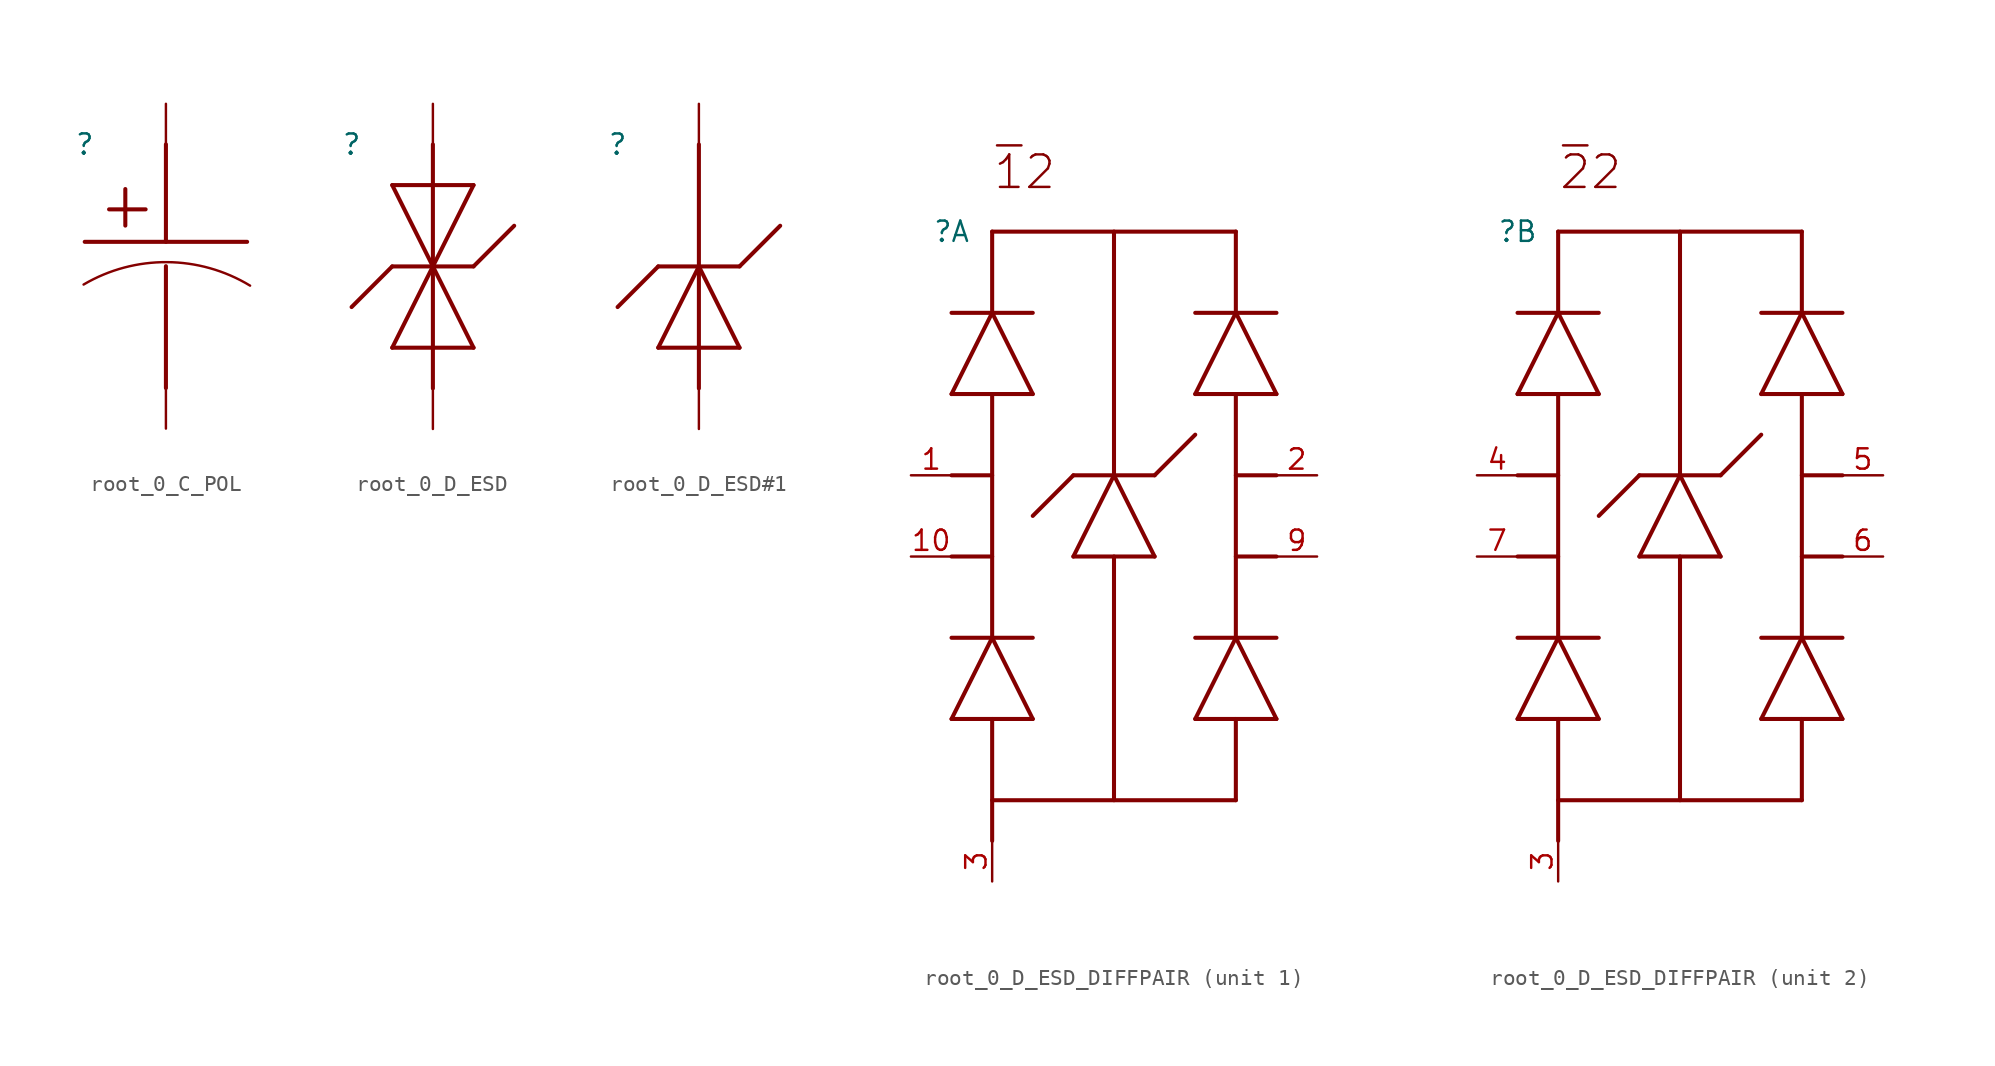
<source format=kicad_sym>
(kicad_symbol_lib
  (version 20220914)
  (generator kicad_symbol_editor)
  (symbol "root_0_C_POL"
    (property "Reference" ""
      (at 0 0 0)
      (effects (font (size 1.27 1.27))))
    (property "Value" ""
      (at 0 0 0)
      (effects (font (size 1.27 1.27))))
    (symbol "root_0_C_POL_1_0"
      (polyline (pts (xy 1.524 -4.064) (xy 3.81 -4.064)) (stroke (width 0.254) (type solid)) (fill (type none)))
      (polyline (pts (xy 2.54 -2.794) (xy 2.54 -5.08)) (stroke (width 0.254) (type solid)) (fill (type none)))
      (polyline (pts (xy 5.08 -7.62) (xy 5.08 -15.24)) (stroke (width 0.254) (type solid)) (fill (type none)))
      (polyline (pts (xy 5.08 0) (xy 5.08 -6.096)) (stroke (width 0.254) (type solid)) (fill (type none)))
      (polyline (pts (xy 10.16 -6.096) (xy 0 -6.096)) (stroke (width 0.254) (type solid)) (fill (type none)))
      (arc (start 10.3459 -8.8372) (mid 5.1467 -7.3663) (end -0.0714 -8.7688) (stroke (width 0) (type solid)) (fill (type none)))
      (pin bidirectional line (at 5.08 2.54 270) (length 2.54) (name "1" (effects (font (size 0 0)))) (number "1" (effects (font (size 0 0)))))
      (pin bidirectional line (at 5.08 -17.78 90) (length 2.54) (name "2" (effects (font (size 0 0)))) (number "2" (effects (font (size 0 0)))))))
  (symbol "root_0_D_ESD"
    (property "Reference" ""
      (at 0 0 0)
      (effects (font (size 1.27 1.27))))
    (property "Value" ""
      (at 0 0 0)
      (effects (font (size 1.27 1.27))))
    (symbol "root_0_D_ESD_1_0"
      (polyline (pts (xy 2.54 -12.7) (xy 7.62 -12.7)) (stroke (width 0.254) (type solid)) (fill (type none)))
      (polyline (pts (xy 2.54 -12.7) (xy 7.62 -2.54)) (stroke (width 0.254) (type solid)) (fill (type none)))
      (polyline (pts (xy 2.54 -7.62) (xy 0 -10.16)) (stroke (width 0.254) (type solid)) (fill (type none)))
      (polyline (pts (xy 2.54 -7.62) (xy 7.62 -7.62)) (stroke (width 0.254) (type solid)) (fill (type none)))
      (polyline (pts (xy 2.54 -2.54) (xy 7.62 -12.7)) (stroke (width 0.254) (type solid)) (fill (type none)))
      (polyline (pts (xy 2.54 -2.54) (xy 7.62 -2.54)) (stroke (width 0.254) (type solid)) (fill (type none)))
      (polyline (pts (xy 5.08 0) (xy 5.08 -15.24)) (stroke (width 0.254) (type solid)) (fill (type none)))
      (polyline (pts (xy 7.62 -7.62) (xy 10.16 -5.08)) (stroke (width 0.254) (type solid)) (fill (type none)))
      (pin bidirectional line (at 5.08 2.54 270) (length 2.54) (name "1" (effects (font (size 0 0)))) (number "1" (effects (font (size 0 0)))))
      (pin bidirectional line (at 5.08 -17.78 90) (length 2.54) (name "2" (effects (font (size 0 0)))) (number "2" (effects (font (size 0 0)))))))
  (symbol "root_0_D_ESD#1"
    (property "Reference" ""
      (at 0 0 0)
      (effects (font (size 1.27 1.27))))
    (property "Value" ""
      (at 0 0 0)
      (effects (font (size 1.27 1.27))))
    (symbol "root_0_D_ESD#1_1_0"
      (polyline (pts (xy 2.54 -12.7) (xy 7.62 -12.7)) (stroke (width 0.254) (type solid)) (fill (type none)))
      (polyline (pts (xy 2.54 -7.62) (xy 0 -10.16)) (stroke (width 0.254) (type solid)) (fill (type none)))
      (polyline (pts (xy 2.54 -7.62) (xy 7.62 -7.62)) (stroke (width 0.254) (type solid)) (fill (type none)))
      (polyline (pts (xy 5.08 -7.62) (xy 2.54 -12.7)) (stroke (width 0.254) (type solid)) (fill (type none)))
      (polyline (pts (xy 5.08 -7.62) (xy 7.62 -12.7)) (stroke (width 0.254) (type solid)) (fill (type none)))
      (polyline (pts (xy 5.08 0) (xy 5.08 -15.24)) (stroke (width 0.254) (type solid)) (fill (type none)))
      (polyline (pts (xy 7.62 -7.62) (xy 10.16 -5.08)) (stroke (width 0.254) (type solid)) (fill (type none)))
      (pin bidirectional line (at 5.08 -17.78 90) (length 2.54) (name "A" (effects (font (size 0 0)))) (number "A" (effects (font (size 0 0)))))
      (pin bidirectional line (at 5.08 2.54 270) (length 2.54) (name "K" (effects (font (size 0 0)))) (number "K" (effects (font (size 0 0)))))))
  (symbol "root_0_D_ESD_DIFFPAIR"
    (property "Reference" ""
      (at 0 0 0)
      (effects (font (size 1.27 1.27))))
    (property "Value" ""
      (at 0 0 0)
      (effects (font (size 1.27 1.27))))
    (symbol "root_0_D_ESD_DIFFPAIR_1_0"
      (polyline (pts (xy 0 -30.48) (xy 5.08 -30.48)) (stroke (width 0.254) (type solid)) (fill (type none)))
      (polyline (pts (xy 0 -20.32) (xy 2.54 -20.32)) (stroke (width 0.254) (type solid)) (fill (type none)))
      (polyline (pts (xy 0 -15.24) (xy 2.54 -15.24)) (stroke (width 0.254) (type solid)) (fill (type none)))
      (polyline (pts (xy 0 -5.08) (xy 5.08 -5.08)) (stroke (width 0.254) (type solid)) (fill (type none)))
      (polyline (pts (xy 2.54 -35.56) (xy 17.78 -35.56)) (stroke (width 0.254) (type solid)) (fill (type none)))
      (polyline (pts (xy 2.54 -30.48) (xy 2.54 -38.1)) (stroke (width 0.254) (type solid)) (fill (type none)))
      (polyline (pts (xy 2.54 -25.4) (xy 0 -30.48)) (stroke (width 0.254) (type solid)) (fill (type none)))
      (polyline (pts (xy 2.54 -25.4) (xy 2.54 -10.16)) (stroke (width 0.254) (type solid)) (fill (type none)))
      (polyline (pts (xy 2.54 -5.08) (xy 0 -10.16)) (stroke (width 0.254) (type solid)) (fill (type none)))
      (polyline (pts (xy 2.54 -5.08) (xy 2.54 0)) (stroke (width 0.254) (type solid)) (fill (type none)))
      (polyline (pts (xy 5.08 -30.48) (xy 2.54 -25.4)) (stroke (width 0.254) (type solid)) (fill (type none)))
      (polyline (pts (xy 5.08 -25.4) (xy 0 -25.4)) (stroke (width 0.254) (type solid)) (fill (type none)))
      (polyline (pts (xy 5.08 -10.16) (xy 0 -10.16)) (stroke (width 0.254) (type solid)) (fill (type none)))
      (polyline (pts (xy 5.08 -10.16) (xy 2.54 -5.08)) (stroke (width 0.254) (type solid)) (fill (type none)))
      (polyline (pts (xy 7.62 -20.32) (xy 12.7 -20.32)) (stroke (width 0.254) (type solid)) (fill (type none)))
      (polyline (pts (xy 7.62 -15.24) (xy 5.08 -17.78)) (stroke (width 0.254) (type solid)) (fill (type none)))
      (polyline (pts (xy 7.62 -15.24) (xy 12.7 -15.24)) (stroke (width 0.254) (type solid)) (fill (type none)))
      (polyline (pts (xy 10.16 -20.32) (xy 10.16 -35.56)) (stroke (width 0.254) (type solid)) (fill (type none)))
      (polyline (pts (xy 10.16 -15.24) (xy 7.62 -20.32)) (stroke (width 0.254) (type solid)) (fill (type none)))
      (polyline (pts (xy 10.16 0) (xy 10.16 -15.24)) (stroke (width 0.254) (type solid)) (fill (type none)))
      (polyline (pts (xy 12.7 -20.32) (xy 10.16 -15.24)) (stroke (width 0.254) (type solid)) (fill (type none)))
      (polyline (pts (xy 12.7 -15.24) (xy 15.24 -12.7)) (stroke (width 0.254) (type solid)) (fill (type none)))
      (polyline (pts (xy 15.24 -25.4) (xy 20.32 -25.4)) (stroke (width 0.254) (type solid)) (fill (type none)))
      (polyline (pts (xy 15.24 -5.08) (xy 20.32 -5.08)) (stroke (width 0.254) (type solid)) (fill (type none)))
      (polyline (pts (xy 17.78 -35.56) (xy 17.78 -30.48)) (stroke (width 0.254) (type solid)) (fill (type none)))
      (polyline (pts (xy 17.78 -25.4) (xy 15.24 -30.48)) (stroke (width 0.254) (type solid)) (fill (type none)))
      (polyline (pts (xy 17.78 -25.4) (xy 17.78 -10.16)) (stroke (width 0.254) (type solid)) (fill (type none)))
      (polyline (pts (xy 17.78 -20.32) (xy 20.32 -20.32)) (stroke (width 0.254) (type solid)) (fill (type none)))
      (polyline (pts (xy 17.78 -15.24) (xy 20.32 -15.24)) (stroke (width 0.254) (type solid)) (fill (type none)))
      (polyline (pts (xy 17.78 -5.08) (xy 15.24 -10.16)) (stroke (width 0.254) (type solid)) (fill (type none)))
      (polyline (pts (xy 17.78 -5.08) (xy 17.78 0)) (stroke (width 0.254) (type solid)) (fill (type none)))
      (polyline (pts (xy 17.78 0) (xy 2.54 0)) (stroke (width 0.254) (type solid)) (fill (type none)))
      (polyline (pts (xy 20.32 -30.48) (xy 15.24 -30.48)) (stroke (width 0.254) (type solid)) (fill (type none)))
      (polyline (pts (xy 20.32 -30.48) (xy 17.78 -25.4)) (stroke (width 0.254) (type solid)) (fill (type none)))
      (polyline (pts (xy 20.32 -10.16) (xy 15.24 -10.16)) (stroke (width 0.254) (type solid)) (fill (type none)))
      (polyline (pts (xy 20.32 -10.16) (xy 17.78 -5.08)) (stroke (width 0.254) (type solid)) (fill (type none)))
      (text "~{1}2" (at 2.54 2.54 0) (effects (font (size 2.032 2.032)) (justify left bottom)))
      (pin bidirectional line (at -2.54 -15.24 0) (length 2.54) (name "1A" (effects (font (size 0 0)))) (number "1" (effects (font (size 1.27 1.27)))))
      (pin bidirectional line (at -2.54 -20.32 0) (length 2.54) (name "1B" (effects (font (size 0 0)))) (number "10" (effects (font (size 1.27 1.27)))))
      (pin bidirectional line (at 22.86 -15.24 180) (length 2.54) (name "2A" (effects (font (size 0 0)))) (number "2" (effects (font (size 1.27 1.27)))))
      (pin input line (at 2.54 -40.64 90) (length 2.54) (name "GND1" (effects (font (size 0 0)))) (number "3" (effects (font (size 1.27 1.27)))))
      (pin bidirectional line (at 22.86 -20.32 180) (length 2.54) (name "2B" (effects (font (size 0 0)))) (number "9" (effects (font (size 1.27 1.27))))))
    (symbol "root_0_D_ESD_DIFFPAIR_2_0"
      (polyline (pts (xy 0 -30.48) (xy 5.08 -30.48)) (stroke (width 0.254) (type solid)) (fill (type none)))
      (polyline (pts (xy 0 -20.32) (xy 2.54 -20.32)) (stroke (width 0.254) (type solid)) (fill (type none)))
      (polyline (pts (xy 0 -15.24) (xy 2.54 -15.24)) (stroke (width 0.254) (type solid)) (fill (type none)))
      (polyline (pts (xy 0 -5.08) (xy 5.08 -5.08)) (stroke (width 0.254) (type solid)) (fill (type none)))
      (polyline (pts (xy 2.54 -30.48) (xy 2.54 -38.1)) (stroke (width 0.254) (type solid)) (fill (type none)))
      (polyline (pts (xy 2.54 -25.4) (xy 0 -30.48)) (stroke (width 0.254) (type solid)) (fill (type none)))
      (polyline (pts (xy 2.54 -25.4) (xy 2.54 -10.16)) (stroke (width 0.254) (type solid)) (fill (type none)))
      (polyline (pts (xy 2.54 -5.08) (xy 0 -10.16)) (stroke (width 0.254) (type solid)) (fill (type none)))
      (polyline (pts (xy 2.54 -5.08) (xy 2.54 0)) (stroke (width 0.254) (type solid)) (fill (type none)))
      (polyline (pts (xy 2.54 0) (xy 17.78 0)) (stroke (width 0.254) (type solid)) (fill (type none)))
      (polyline (pts (xy 5.08 -30.48) (xy 2.54 -25.4)) (stroke (width 0.254) (type solid)) (fill (type none)))
      (polyline (pts (xy 5.08 -25.4) (xy 0 -25.4)) (stroke (width 0.254) (type solid)) (fill (type none)))
      (polyline (pts (xy 5.08 -10.16) (xy 0 -10.16)) (stroke (width 0.254) (type solid)) (fill (type none)))
      (polyline (pts (xy 5.08 -10.16) (xy 2.54 -5.08)) (stroke (width 0.254) (type solid)) (fill (type none)))
      (polyline (pts (xy 7.62 -15.24) (xy 5.08 -17.78)) (stroke (width 0.254) (type solid)) (fill (type none)))
      (polyline (pts (xy 10.16 -20.32) (xy 10.16 -35.56)) (stroke (width 0.254) (type solid)) (fill (type none)))
      (polyline (pts (xy 10.16 -15.24) (xy 7.62 -20.32)) (stroke (width 0.254) (type solid)) (fill (type none)))
      (polyline (pts (xy 10.16 0) (xy 10.16 -15.24)) (stroke (width 0.254) (type solid)) (fill (type none)))
      (polyline (pts (xy 12.7 -20.32) (xy 7.62 -20.32)) (stroke (width 0.254) (type solid)) (fill (type none)))
      (polyline (pts (xy 12.7 -20.32) (xy 10.16 -15.24)) (stroke (width 0.254) (type solid)) (fill (type none)))
      (polyline (pts (xy 12.7 -15.24) (xy 7.62 -15.24)) (stroke (width 0.254) (type solid)) (fill (type none)))
      (polyline (pts (xy 12.7 -15.24) (xy 15.24 -12.7)) (stroke (width 0.254) (type solid)) (fill (type none)))
      (polyline (pts (xy 15.24 -30.48) (xy 20.32 -30.48)) (stroke (width 0.254) (type solid)) (fill (type none)))
      (polyline (pts (xy 15.24 -25.4) (xy 20.32 -25.4)) (stroke (width 0.254) (type solid)) (fill (type none)))
      (polyline (pts (xy 15.24 -5.08) (xy 20.32 -5.08)) (stroke (width 0.254) (type solid)) (fill (type none)))
      (polyline (pts (xy 17.78 -35.56) (xy 2.54 -35.56)) (stroke (width 0.254) (type solid)) (fill (type none)))
      (polyline (pts (xy 17.78 -35.56) (xy 17.78 -30.48)) (stroke (width 0.254) (type solid)) (fill (type none)))
      (polyline (pts (xy 17.78 -25.4) (xy 15.24 -30.48)) (stroke (width 0.254) (type solid)) (fill (type none)))
      (polyline (pts (xy 17.78 -25.4) (xy 17.78 -10.16)) (stroke (width 0.254) (type solid)) (fill (type none)))
      (polyline (pts (xy 17.78 -20.32) (xy 20.32 -20.32)) (stroke (width 0.254) (type solid)) (fill (type none)))
      (polyline (pts (xy 17.78 -15.24) (xy 20.32 -15.24)) (stroke (width 0.254) (type solid)) (fill (type none)))
      (polyline (pts (xy 17.78 -5.08) (xy 15.24 -10.16)) (stroke (width 0.254) (type solid)) (fill (type none)))
      (polyline (pts (xy 17.78 -5.08) (xy 17.78 0)) (stroke (width 0.254) (type solid)) (fill (type none)))
      (polyline (pts (xy 20.32 -30.48) (xy 17.78 -25.4)) (stroke (width 0.254) (type solid)) (fill (type none)))
      (polyline (pts (xy 20.32 -10.16) (xy 15.24 -10.16)) (stroke (width 0.254) (type solid)) (fill (type none)))
      (polyline (pts (xy 20.32 -10.16) (xy 17.78 -5.08)) (stroke (width 0.254) (type solid)) (fill (type none)))
      (text "~{2}2" (at 2.54 2.54 0) (effects (font (size 2.032 2.032)) (justify left bottom)))
      (pin input line (at 2.54 -40.64 90) (length 2.54) (name "GND1" (effects (font (size 0 0)))) (number "3" (effects (font (size 1.27 1.27)))))
      (pin bidirectional line (at -2.54 -15.24 0) (length 2.54) (name "3A" (effects (font (size 0 0)))) (number "4" (effects (font (size 1.27 1.27)))))
      (pin bidirectional line (at 22.86 -15.24 180) (length 2.54) (name "4A" (effects (font (size 0 0)))) (number "5" (effects (font (size 1.27 1.27)))))
      (pin bidirectional line (at 22.86 -20.32 180) (length 2.54) (name "4B" (effects (font (size 0 0)))) (number "6" (effects (font (size 1.27 1.27)))))
      (pin bidirectional line (at -2.54 -20.32 0) (length 2.54) (name "3B" (effects (font (size 0 0)))) (number "7" (effects (font (size 1.27 1.27))))))))
</source>
